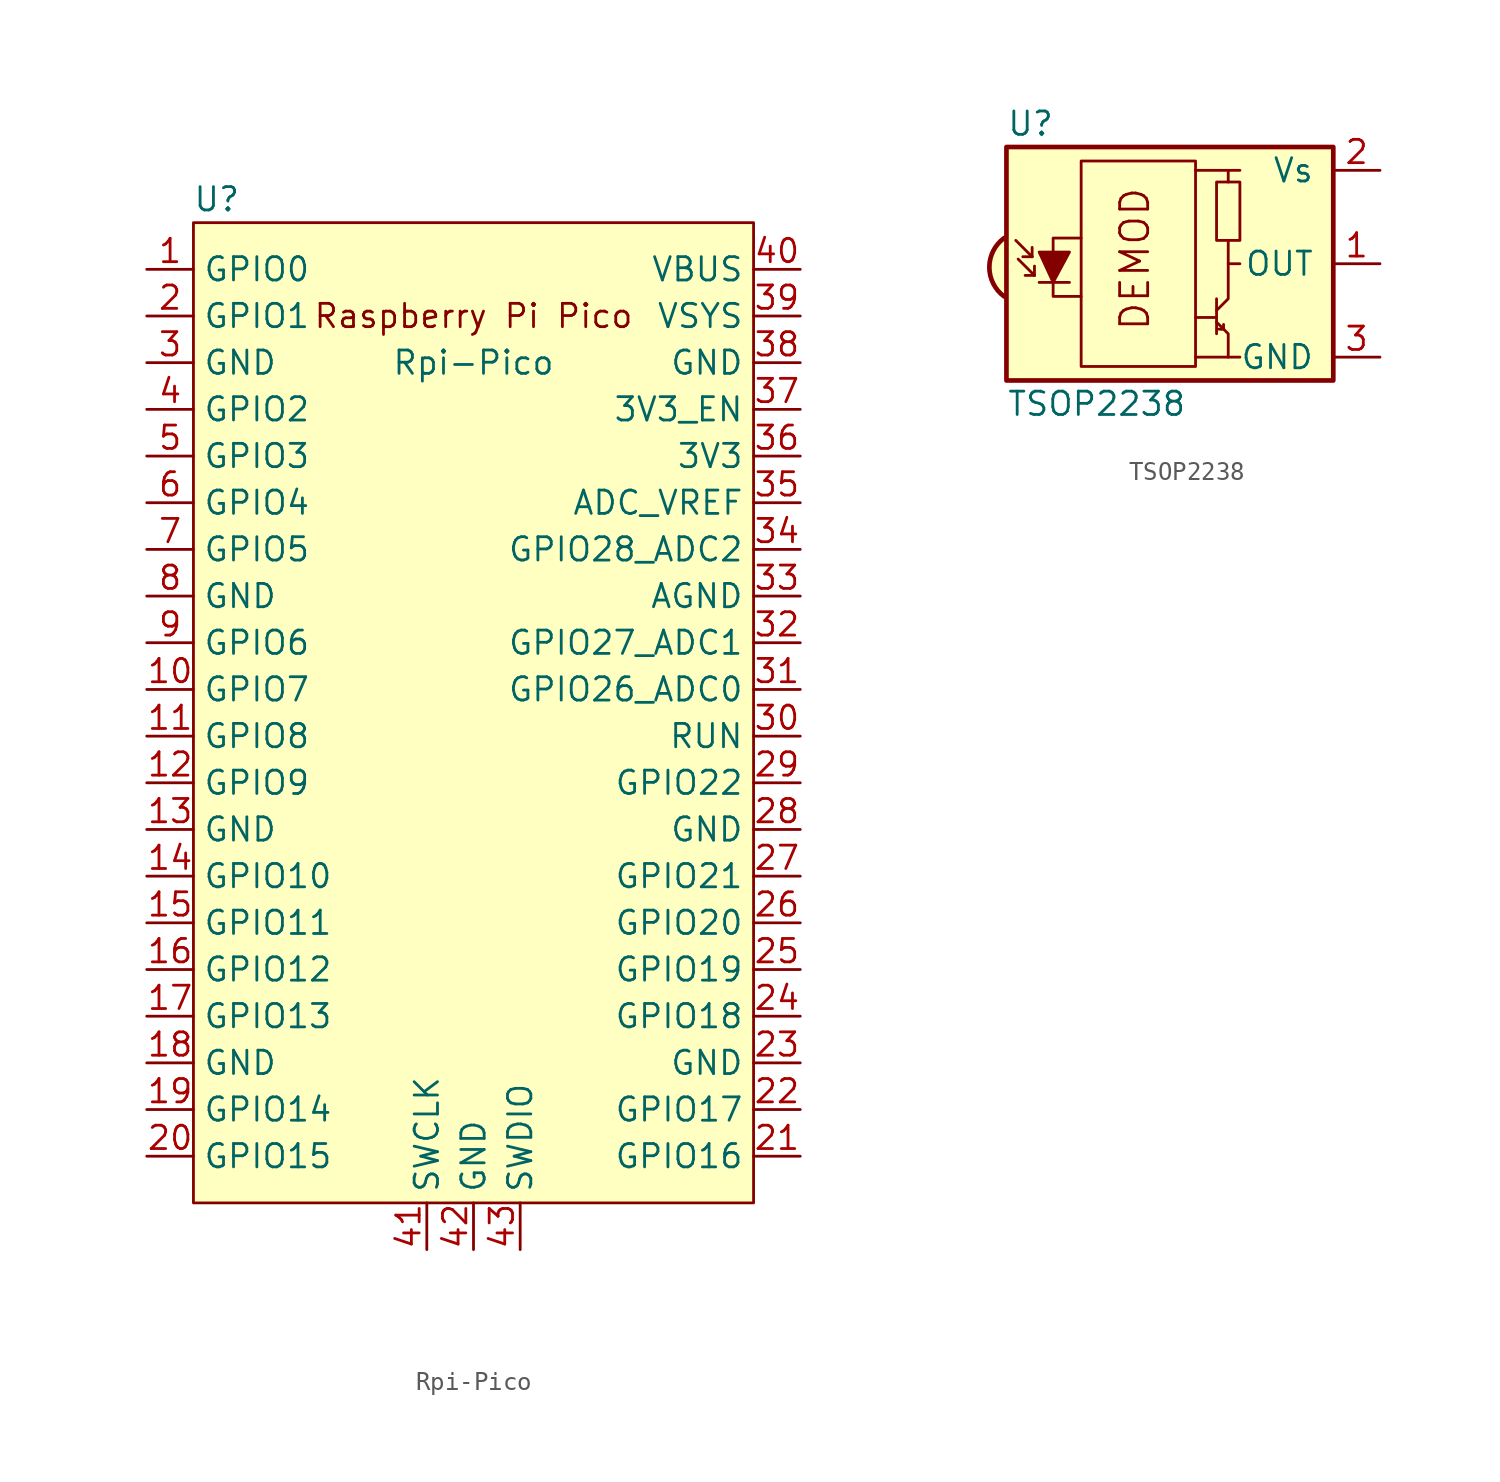
<source format=kicad_sym>
(kicad_symbol_lib
  (version 20211014)
  (generator kicad_symbol_editor)
  (symbol "Rpi-Pico"
    (property "Reference" "U"
      (at -13.97 27.94 0)
      (effects (font (size 1.27 1.27))))
    (property "Value" "Rpi-Pico"
      (at 0 19.05 0)
      (effects (font (size 1.27 1.27))))
    (symbol "Rpi-Pico_0_0"
      (text "Raspberry Pi Pico" (at 0 21.59 0) (effects (font (size 1.27 1.27)))))
    (symbol "Rpi-Pico_0_1"
      (rectangle (start -15.24 26.67) (end 15.24 -26.67) (stroke (width 0) (type default) (color 0 0 0 0)) (fill (type background))))
    (symbol "Rpi-Pico_1_1"
      (pin bidirectional line (at -17.78 24.13 0) (length 2.54) (name "GPIO0" (effects (font (size 1.27 1.27)))) (number "1" (effects (font (size 1.27 1.27)))))
      (pin bidirectional line (at -17.78 1.27 0) (length 2.54) (name "GPIO7" (effects (font (size 1.27 1.27)))) (number "10" (effects (font (size 1.27 1.27)))))
      (pin bidirectional line (at -17.78 -1.27 0) (length 2.54) (name "GPIO8" (effects (font (size 1.27 1.27)))) (number "11" (effects (font (size 1.27 1.27)))))
      (pin bidirectional line (at -17.78 -3.81 0) (length 2.54) (name "GPIO9" (effects (font (size 1.27 1.27)))) (number "12" (effects (font (size 1.27 1.27)))))
      (pin power_in line (at -17.78 -6.35 0) (length 2.54) (name "GND" (effects (font (size 1.27 1.27)))) (number "13" (effects (font (size 1.27 1.27)))))
      (pin bidirectional line (at -17.78 -8.89 0) (length 2.54) (name "GPIO10" (effects (font (size 1.27 1.27)))) (number "14" (effects (font (size 1.27 1.27)))))
      (pin bidirectional line (at -17.78 -11.43 0) (length 2.54) (name "GPIO11" (effects (font (size 1.27 1.27)))) (number "15" (effects (font (size 1.27 1.27)))))
      (pin bidirectional line (at -17.78 -13.97 0) (length 2.54) (name "GPIO12" (effects (font (size 1.27 1.27)))) (number "16" (effects (font (size 1.27 1.27)))))
      (pin bidirectional line (at -17.78 -16.51 0) (length 2.54) (name "GPIO13" (effects (font (size 1.27 1.27)))) (number "17" (effects (font (size 1.27 1.27)))))
      (pin power_in line (at -17.78 -19.05 0) (length 2.54) (name "GND" (effects (font (size 1.27 1.27)))) (number "18" (effects (font (size 1.27 1.27)))))
      (pin bidirectional line (at -17.78 -21.59 0) (length 2.54) (name "GPIO14" (effects (font (size 1.27 1.27)))) (number "19" (effects (font (size 1.27 1.27)))))
      (pin bidirectional line (at -17.78 21.59 0) (length 2.54) (name "GPIO1" (effects (font (size 1.27 1.27)))) (number "2" (effects (font (size 1.27 1.27)))))
      (pin bidirectional line (at -17.78 -24.13 0) (length 2.54) (name "GPIO15" (effects (font (size 1.27 1.27)))) (number "20" (effects (font (size 1.27 1.27)))))
      (pin bidirectional line (at 17.78 -24.13 180) (length 2.54) (name "GPIO16" (effects (font (size 1.27 1.27)))) (number "21" (effects (font (size 1.27 1.27)))))
      (pin bidirectional line (at 17.78 -21.59 180) (length 2.54) (name "GPIO17" (effects (font (size 1.27 1.27)))) (number "22" (effects (font (size 1.27 1.27)))))
      (pin power_in line (at 17.78 -19.05 180) (length 2.54) (name "GND" (effects (font (size 1.27 1.27)))) (number "23" (effects (font (size 1.27 1.27)))))
      (pin bidirectional line (at 17.78 -16.51 180) (length 2.54) (name "GPIO18" (effects (font (size 1.27 1.27)))) (number "24" (effects (font (size 1.27 1.27)))))
      (pin bidirectional line (at 17.78 -13.97 180) (length 2.54) (name "GPIO19" (effects (font (size 1.27 1.27)))) (number "25" (effects (font (size 1.27 1.27)))))
      (pin bidirectional line (at 17.78 -11.43 180) (length 2.54) (name "GPIO20" (effects (font (size 1.27 1.27)))) (number "26" (effects (font (size 1.27 1.27)))))
      (pin bidirectional line (at 17.78 -8.89 180) (length 2.54) (name "GPIO21" (effects (font (size 1.27 1.27)))) (number "27" (effects (font (size 1.27 1.27)))))
      (pin power_in line (at 17.78 -6.35 180) (length 2.54) (name "GND" (effects (font (size 1.27 1.27)))) (number "28" (effects (font (size 1.27 1.27)))))
      (pin bidirectional line (at 17.78 -3.81 180) (length 2.54) (name "GPIO22" (effects (font (size 1.27 1.27)))) (number "29" (effects (font (size 1.27 1.27)))))
      (pin power_in line (at -17.78 19.05 0) (length 2.54) (name "GND" (effects (font (size 1.27 1.27)))) (number "3" (effects (font (size 1.27 1.27)))))
      (pin input line (at 17.78 -1.27 180) (length 2.54) (name "RUN" (effects (font (size 1.27 1.27)))) (number "30" (effects (font (size 1.27 1.27)))))
      (pin bidirectional line (at 17.78 1.27 180) (length 2.54) (name "GPIO26_ADC0" (effects (font (size 1.27 1.27)))) (number "31" (effects (font (size 1.27 1.27)))))
      (pin bidirectional line (at 17.78 3.81 180) (length 2.54) (name "GPIO27_ADC1" (effects (font (size 1.27 1.27)))) (number "32" (effects (font (size 1.27 1.27)))))
      (pin power_in line (at 17.78 6.35 180) (length 2.54) (name "AGND" (effects (font (size 1.27 1.27)))) (number "33" (effects (font (size 1.27 1.27)))))
      (pin bidirectional line (at 17.78 8.89 180) (length 2.54) (name "GPIO28_ADC2" (effects (font (size 1.27 1.27)))) (number "34" (effects (font (size 1.27 1.27)))))
      (pin power_in line (at 17.78 11.43 180) (length 2.54) (name "ADC_VREF" (effects (font (size 1.27 1.27)))) (number "35" (effects (font (size 1.27 1.27)))))
      (pin power_in line (at 17.78 13.97 180) (length 2.54) (name "3V3" (effects (font (size 1.27 1.27)))) (number "36" (effects (font (size 1.27 1.27)))))
      (pin input line (at 17.78 16.51 180) (length 2.54) (name "3V3_EN" (effects (font (size 1.27 1.27)))) (number "37" (effects (font (size 1.27 1.27)))))
      (pin bidirectional line (at 17.78 19.05 180) (length 2.54) (name "GND" (effects (font (size 1.27 1.27)))) (number "38" (effects (font (size 1.27 1.27)))))
      (pin power_in line (at 17.78 21.59 180) (length 2.54) (name "VSYS" (effects (font (size 1.27 1.27)))) (number "39" (effects (font (size 1.27 1.27)))))
      (pin bidirectional line (at -17.78 16.51 0) (length 2.54) (name "GPIO2" (effects (font (size 1.27 1.27)))) (number "4" (effects (font (size 1.27 1.27)))))
      (pin power_in line (at 17.78 24.13 180) (length 2.54) (name "VBUS" (effects (font (size 1.27 1.27)))) (number "40" (effects (font (size 1.27 1.27)))))
      (pin input line (at -2.54 -29.21 90) (length 2.54) (name "SWCLK" (effects (font (size 1.27 1.27)))) (number "41" (effects (font (size 1.27 1.27)))))
      (pin power_in line (at 0 -29.21 90) (length 2.54) (name "GND" (effects (font (size 1.27 1.27)))) (number "42" (effects (font (size 1.27 1.27)))))
      (pin bidirectional line (at 2.54 -29.21 90) (length 2.54) (name "SWDIO" (effects (font (size 1.27 1.27)))) (number "43" (effects (font (size 1.27 1.27)))))
      (pin bidirectional line (at -17.78 13.97 0) (length 2.54) (name "GPIO3" (effects (font (size 1.27 1.27)))) (number "5" (effects (font (size 1.27 1.27)))))
      (pin bidirectional line (at -17.78 11.43 0) (length 2.54) (name "GPIO4" (effects (font (size 1.27 1.27)))) (number "6" (effects (font (size 1.27 1.27)))))
      (pin bidirectional line (at -17.78 8.89 0) (length 2.54) (name "GPIO5" (effects (font (size 1.27 1.27)))) (number "7" (effects (font (size 1.27 1.27)))))
      (pin power_in line (at -17.78 6.35 0) (length 2.54) (name "GND" (effects (font (size 1.27 1.27)))) (number "8" (effects (font (size 1.27 1.27)))))
      (pin bidirectional line (at -17.78 3.81 0) (length 2.54) (name "GPIO6" (effects (font (size 1.27 1.27)))) (number "9" (effects (font (size 1.27 1.27)))))))
  (symbol "TSOP2238"
    (pin_names
      (offset 1.016))
    (property "Reference" "U"
      (at -10.16 7.62 0)
      (effects (font (size 1.27 1.27)) (justify left)))
    (property "Value" "TSOP2238"
      (at -10.16 -7.62 0)
      (effects (font (size 1.27 1.27)) (justify left)))
    (symbol "TSOP2238_0_0"
      (arc (start -10.287 1.397) (mid -11.0899 -0.1905) (end -10.287 -1.778) (stroke (width 0.254) (type default) (color 0 0 0 0)) (fill (type background)))
      (polyline (pts (xy 1.905 -5.08) (xy 0.127 -5.08)) (stroke (width 0) (type default) (color 0 0 0 0)) (fill (type none)))
      (polyline (pts (xy 1.905 5.08) (xy 0.127 5.08)) (stroke (width 0) (type default) (color 0 0 0 0)) (fill (type none)))
      (text "DEMOD" (at -3.175 0.254 900) (effects (font (size 1.524 1.524)))))
    (symbol "TSOP2238_0_1"
      (rectangle (start -6.096 5.588) (end 0.127 -5.588) (stroke (width 0) (type default) (color 0 0 0 0)) (fill (type none)))
      (polyline (pts (xy -8.763 0.381) (xy -9.652 1.27)) (stroke (width 0) (type default) (color 0 0 0 0)) (fill (type none)))
      (polyline (pts (xy -8.763 0.381) (xy -9.271 0.381)) (stroke (width 0) (type default) (color 0 0 0 0)) (fill (type none)))
      (polyline (pts (xy -8.763 0.381) (xy -8.763 0.889)) (stroke (width 0) (type default) (color 0 0 0 0)) (fill (type none)))
      (polyline (pts (xy -8.636 -0.635) (xy -9.525 0.254)) (stroke (width 0) (type default) (color 0 0 0 0)) (fill (type none)))
      (polyline (pts (xy -8.636 -0.635) (xy -9.144 -0.635)) (stroke (width 0) (type default) (color 0 0 0 0)) (fill (type none)))
      (polyline (pts (xy -8.636 -0.635) (xy -8.636 -0.127)) (stroke (width 0) (type default) (color 0 0 0 0)) (fill (type none)))
      (polyline (pts (xy -8.382 -1.016) (xy -6.731 -1.016)) (stroke (width 0) (type default) (color 0 0 0 0)) (fill (type none)))
      (polyline (pts (xy 1.27 -2.921) (xy 0.127 -2.921)) (stroke (width 0) (type default) (color 0 0 0 0)) (fill (type none)))
      (polyline (pts (xy 1.27 -1.905) (xy 1.27 -3.81)) (stroke (width 0) (type default) (color 0 0 0 0)) (fill (type none)))
      (polyline (pts (xy 1.397 -3.556) (xy 1.524 -3.556)) (stroke (width 0) (type default) (color 0 0 0 0)) (fill (type none)))
      (polyline (pts (xy 1.651 -3.556) (xy 1.524 -3.556)) (stroke (width 0) (type default) (color 0 0 0 0)) (fill (type none)))
      (polyline (pts (xy 1.651 -3.556) (xy 1.651 -3.302)) (stroke (width 0) (type default) (color 0 0 0 0)) (fill (type none)))
      (polyline (pts (xy 1.905 0) (xy 1.905 1.27)) (stroke (width 0) (type default) (color 0 0 0 0)) (fill (type none)))
      (polyline (pts (xy 1.905 4.445) (xy 1.905 5.08) (xy 2.54 5.08)) (stroke (width 0) (type default) (color 0 0 0 0)) (fill (type none)))
      (polyline (pts (xy -8.382 0.635) (xy -6.731 0.635) (xy -7.62 -1.016) (xy -8.382 0.635)) (stroke (width 0) (type default) (color 0 0 0 0)) (fill (type outline)))
      (polyline (pts (xy -6.096 1.397) (xy -7.62 1.397) (xy -7.62 -1.778) (xy -6.096 -1.778)) (stroke (width 0) (type default) (color 0 0 0 0)) (fill (type none)))
      (polyline (pts (xy 1.27 -3.175) (xy 1.905 -3.81) (xy 1.905 -5.08) (xy 2.54 -5.08)) (stroke (width 0) (type default) (color 0 0 0 0)) (fill (type none)))
      (polyline (pts (xy 1.27 -2.54) (xy 1.905 -1.905) (xy 1.905 0) (xy 2.54 0)) (stroke (width 0) (type default) (color 0 0 0 0)) (fill (type none)))
      (rectangle (start 2.54 1.27) (end 1.27 4.445) (stroke (width 0) (type default) (color 0 0 0 0)) (fill (type none)))
      (rectangle (start 7.62 6.35) (end -10.16 -6.35) (stroke (width 0.254) (type default) (color 0 0 0 0)) (fill (type background))))
    (symbol "TSOP2238_1_1"
      (pin output line (at 10.16 0 180) (length 2.54) (name "OUT" (effects (font (size 1.27 1.27)))) (number "1" (effects (font (size 1.27 1.27)))))
      (pin power_in line (at 10.16 5.08 180) (length 2.54) (name "Vs" (effects (font (size 1.27 1.27)))) (number "2" (effects (font (size 1.27 1.27)))))
      (pin power_in line (at 10.16 -5.08 180) (length 2.54) (name "GND" (effects (font (size 1.27 1.27)))) (number "3" (effects (font (size 1.27 1.27))))))))
</source>
